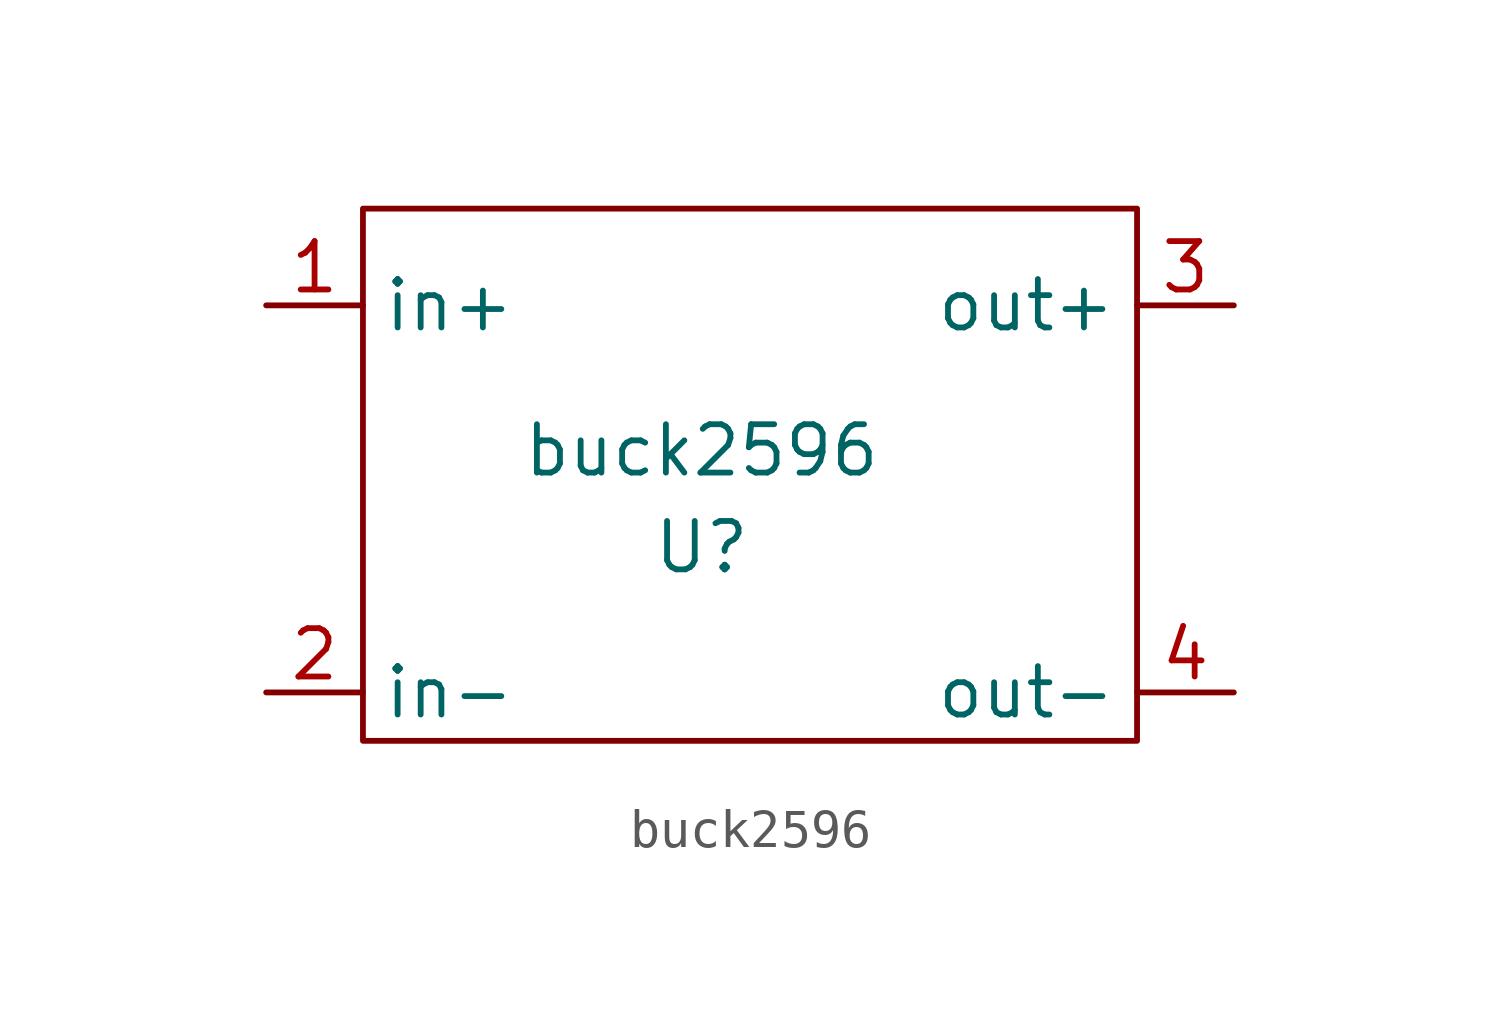
<source format=kicad_sym>
(kicad_symbol_lib
  (version 20210619)
  (generator kicad_symbol_editor)
  (symbol "Buck2596:buck2596"
    (property "Reference" "U"
      (at 0 0 0)
      (effects (font (size 1.27 1.27))))
    (property "Value" "buck2596"
      (at 0 2.54 0)
      (effects (font (size 1.27 1.27))))
    (symbol "buck2596_0_1"
      (rectangle (start -8.89 8.89) (end 11.43 -5.08) (stroke (width 0.152)) (fill (type none))))
    (symbol "buck2596_1_1"
      (pin input line (at -11.43 6.35 0) (length 2.54) (name "in+" (effects (font (size 1.27 1.27)))) (number "1" (effects (font (size 1.27 1.27)))))
      (pin input line (at -11.43 -3.81 0) (length 2.54) (name "in-" (effects (font (size 1.27 1.27)))) (number "2" (effects (font (size 1.27 1.27)))))
      (pin output line (at 13.97 6.35 180) (length 2.54) (name "out+" (effects (font (size 1.27 1.27)))) (number "3" (effects (font (size 1.27 1.27)))))
      (pin output line (at 13.97 -3.81 180) (length 2.54) (name "out-" (effects (font (size 1.27 1.27)))) (number "4" (effects (font (size 1.27 1.27))))))))
</source>
